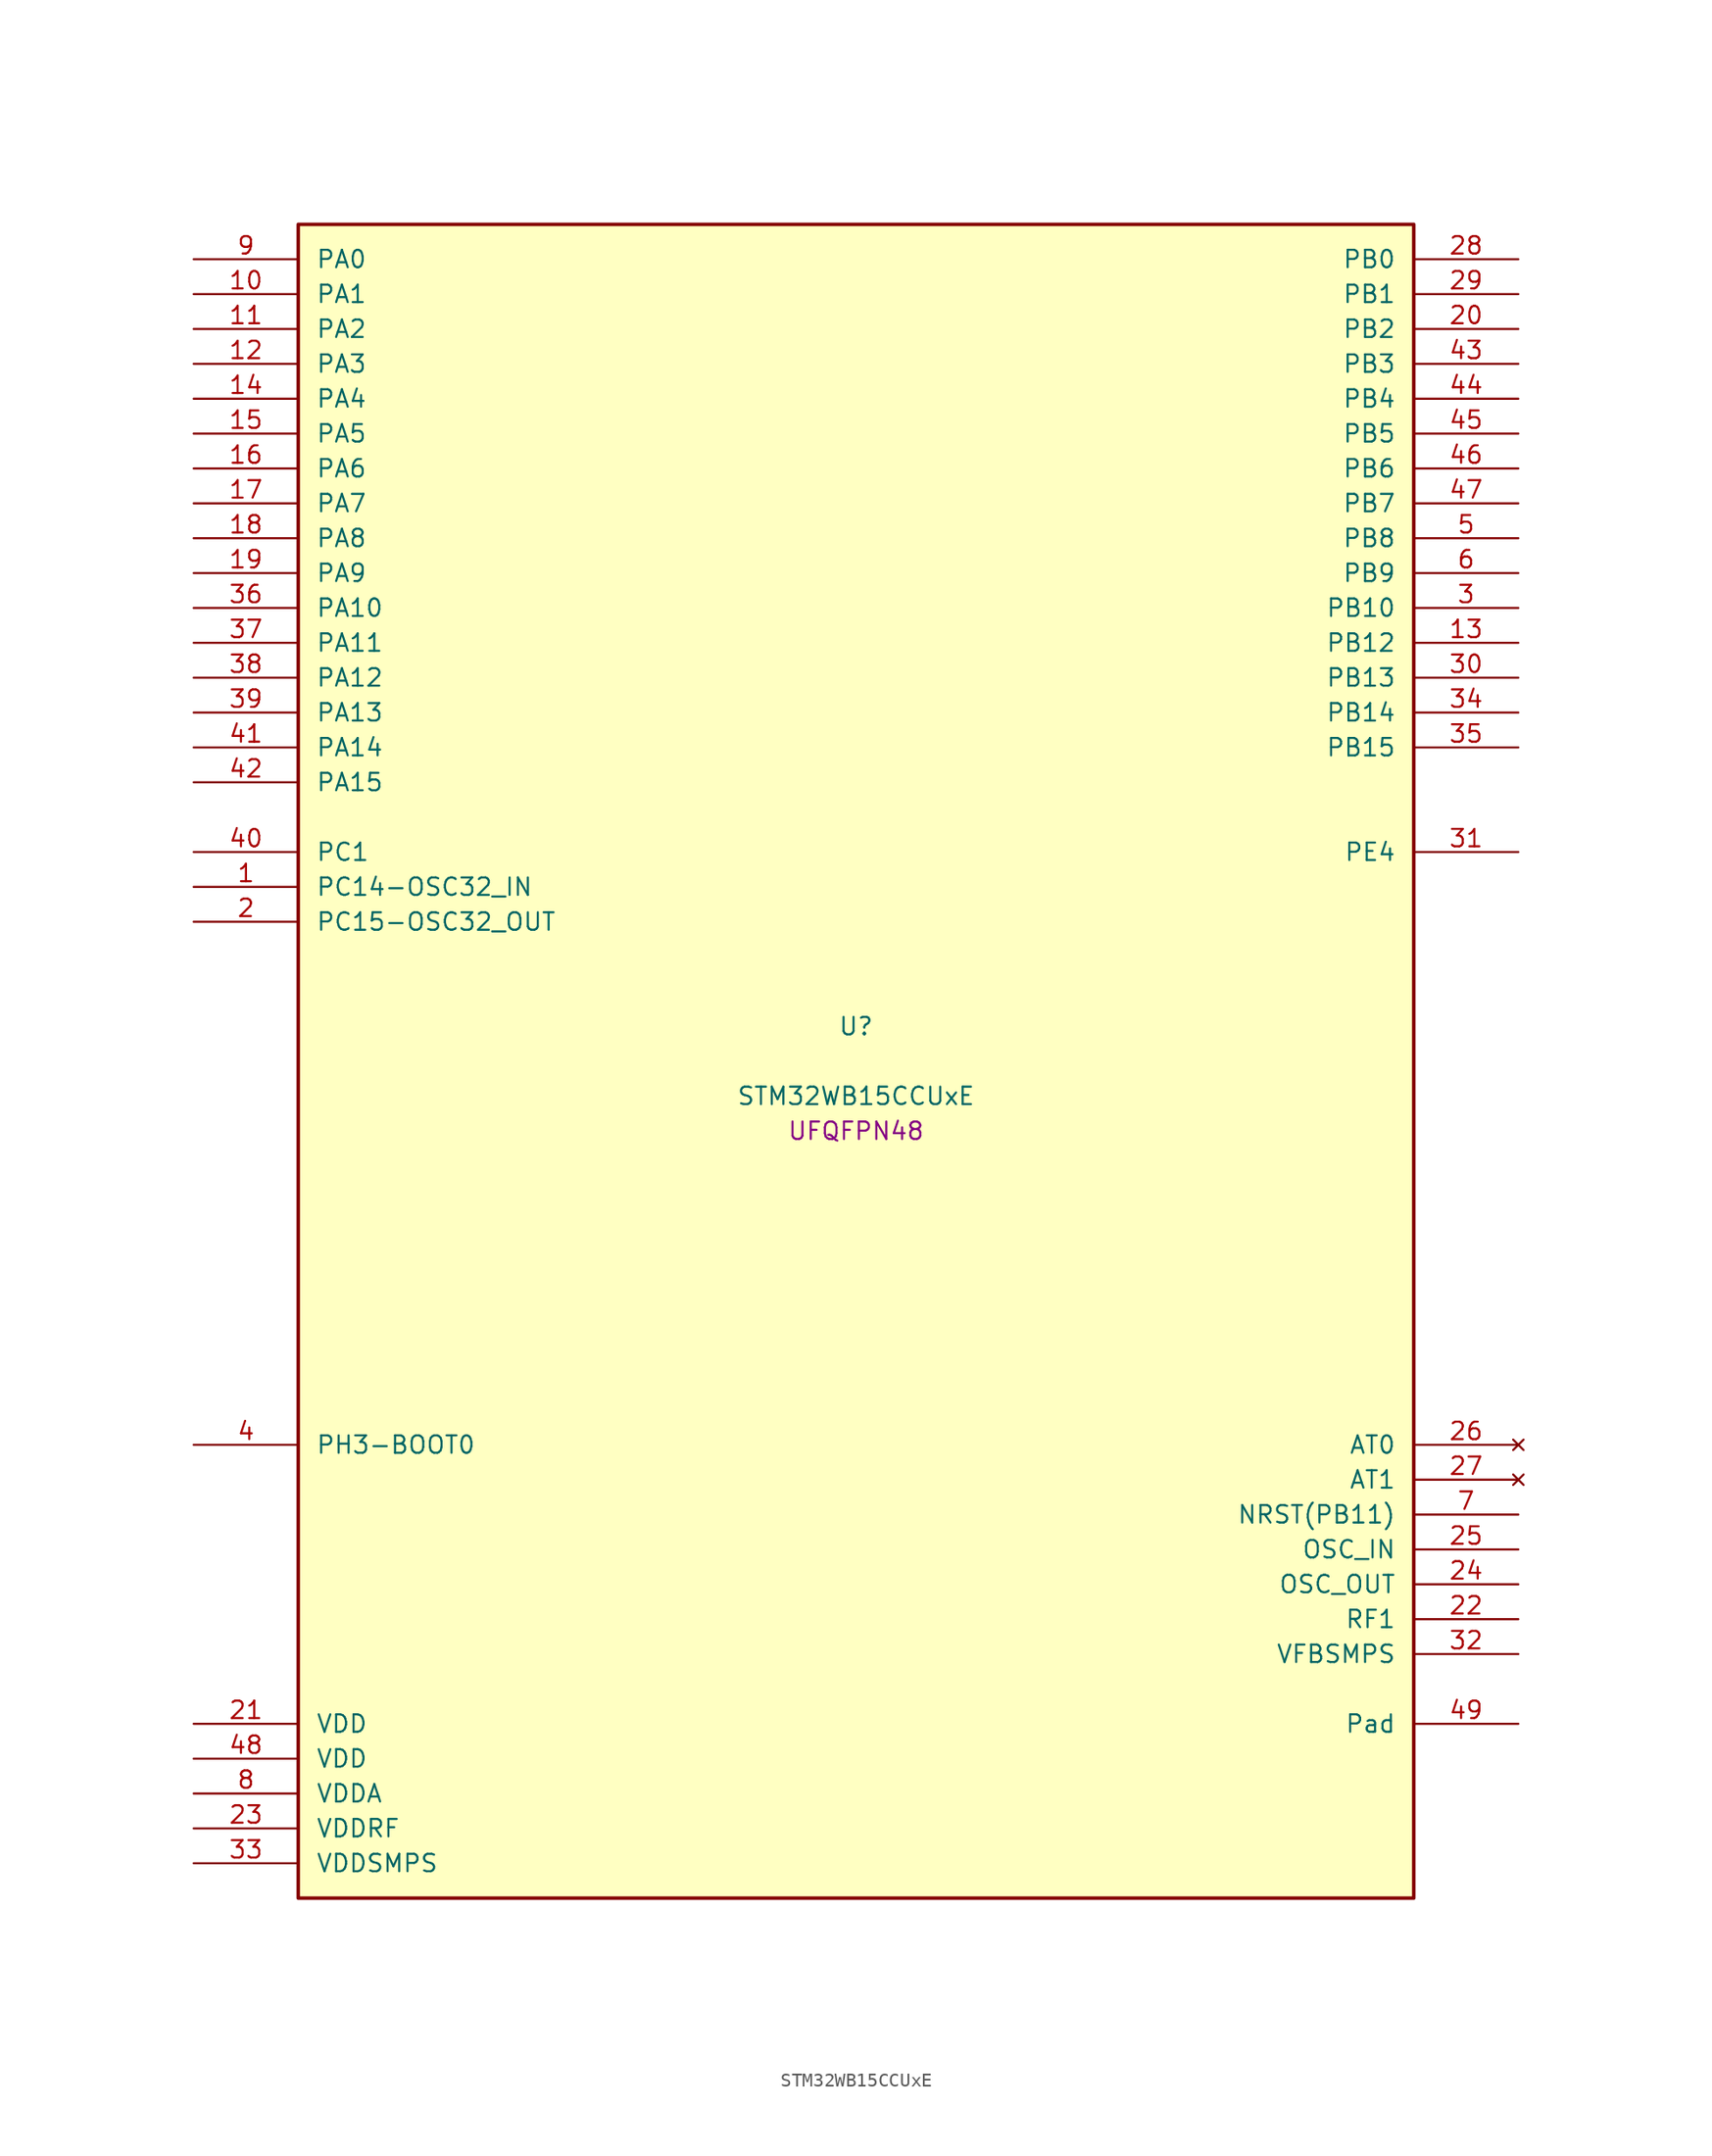
<source format=kicad_sym>
(kicad_symbol_lib
  (version 20241209)
  (generator "stm32_pkl_generator")
  (generator_version "1.0")
  (symbol "STM32WB15CCUxE"
    (pin_names
      (offset 1.27))
    (property "Reference" "U"
      (at 0 2.54 0))
    (property "Value" "STM32WB15CCUxE"
      (at 0 -2.54 0))
    (property "Footprint" "UFQFPN48"
      (at 0 -5.08 0))
    (symbol "STM32WB15CCUxE_1_1"
      (rectangle (start -40.64 60.96) (end 40.64 -60.96) (stroke (width 0.254) (type solid)) (fill (type background)))
      (pin bidirectional line (at -48.26 58.42 0) (length 7.62) (name "PA0") (number "9") (alternate "PA0/ADC1_IN5" bidirectional line) (alternate "PA0/COMP1_INM" bidirectional line) (alternate "PA0/COMP1_OUT" bidirectional line) (alternate "PA0/RTC_TAMP2" bidirectional line) (alternate "PA0/SYS_WKUP1" bidirectional line) (alternate "PA0/TIM2_CH1" bidirectional line) (alternate "PA0/TIM2_ETR" bidirectional line))
      (pin bidirectional line (at -48.26 55.88 0) (length 7.62) (name "PA1") (number "10") (alternate "PA1/ADC1_IN6" bidirectional line) (alternate "PA1/COMP1_INP" bidirectional line) (alternate "PA1/I2C1_SMBA" bidirectional line) (alternate "PA1/SPI1_SCK" bidirectional line) (alternate "PA1/TIM2_CH2" bidirectional line))
      (pin bidirectional line (at -48.26 53.34 0) (length 7.62) (name "PA2") (number "11") (alternate "PA2/ADC1_IN7" bidirectional line) (alternate "PA2/LPUART1_TX" bidirectional line) (alternate "PA2/RCC_LSCO" bidirectional line) (alternate "PA2/SYS_WKUP4" bidirectional line) (alternate "PA2/TIM2_CH3" bidirectional line))
      (pin bidirectional line (at -48.26 50.8 0) (length 7.62) (name "PA3") (number "12") (alternate "PA3/ADC1_IN8" bidirectional line) (alternate "PA3/LPUART1_RX" bidirectional line) (alternate "PA3/TIM2_CH4" bidirectional line))
      (pin bidirectional line (at -48.26 48.26 0) (length 7.62) (name "PA4") (number "14") (alternate "PA4/ADC1_IN9" bidirectional line) (alternate "PA4/COMP1_INM" bidirectional line) (alternate "PA4/LPTIM2_OUT" bidirectional line) (alternate "PA4/SPI1_NSS" bidirectional line))
      (pin bidirectional line (at -48.26 45.72 0) (length 7.62) (name "PA5") (number "15") (alternate "PA5/ADC1_IN10" bidirectional line) (alternate "PA5/COMP1_INM" bidirectional line) (alternate "PA5/LPTIM2_ETR" bidirectional line) (alternate "PA5/SPI1_MOSI" bidirectional line) (alternate "PA5/SPI1_SCK" bidirectional line) (alternate "PA5/TIM2_CH1" bidirectional line) (alternate "PA5/TIM2_ETR" bidirectional line))
      (pin bidirectional line (at -48.26 43.18 0) (length 7.62) (name "PA6") (number "16") (alternate "PA6/ADC1_IN11" bidirectional line) (alternate "PA6/LPUART1_CTS" bidirectional line) (alternate "PA6/SPI1_MISO" bidirectional line) (alternate "PA6/TIM1_BKIN" bidirectional line))
      (pin bidirectional line (at -48.26 40.64 0) (length 7.62) (name "PA7") (number "17") (alternate "PA7/ADC1_IN2" bidirectional line) (alternate "PA7/SPI1_MOSI" bidirectional line) (alternate "PA7/TIM1_CH1N" bidirectional line))
      (pin bidirectional line (at -48.26 38.1 0) (length 7.62) (name "PA8") (number "18") (alternate "PA8/ADC1_IN3" bidirectional line) (alternate "PA8/LPTIM2_OUT" bidirectional line) (alternate "PA8/RCC_MCO" bidirectional line) (alternate "PA8/TIM1_CH1" bidirectional line) (alternate "PA8/USART1_CK" bidirectional line))
      (pin bidirectional line (at -48.26 35.56 0) (length 7.62) (name "PA9") (number "19") (alternate "PA9/ADC1_IN4" bidirectional line) (alternate "PA9/COMP1_INM" bidirectional line) (alternate "PA9/I2C1_SCL" bidirectional line) (alternate "PA9/TIM1_CH2" bidirectional line) (alternate "PA9/USART1_TX" bidirectional line))
      (pin bidirectional line (at -48.26 33.02 0) (length 7.62) (name "PA10") (number "36") (alternate "PA10/I2C1_SDA" bidirectional line) (alternate "PA10/TIM1_CH3" bidirectional line) (alternate "PA10/TSC_G7_IO2" bidirectional line) (alternate "PA10/USART1_RX" bidirectional line))
      (pin bidirectional line (at -48.26 30.48 0) (length 7.62) (name "PA11") (number "37") (alternate "PA11/ADC1_EXTI11" bidirectional line) (alternate "PA11/SPI1_MISO" bidirectional line) (alternate "PA11/TIM1_BKIN2" bidirectional line) (alternate "PA11/TIM1_CH4" bidirectional line) (alternate "PA11/USART1_CTS" bidirectional line) (alternate "PA11/USART1_NSS" bidirectional line))
      (pin bidirectional line (at -48.26 27.94 0) (length 7.62) (name "PA12") (number "38") (alternate "PA12/LPUART1_RX" bidirectional line) (alternate "PA12/SPI1_MOSI" bidirectional line) (alternate "PA12/TIM1_ETR" bidirectional line) (alternate "PA12/USART1_DE" bidirectional line) (alternate "PA12/USART1_RTS" bidirectional line))
      (pin bidirectional line (at -48.26 25.4 0) (length 7.62) (name "PA13") (number "39") (alternate "PA13/SPI1_MOSI" bidirectional line) (alternate "PA13/SYS_JTMS-SWDIO" bidirectional line) (alternate "PA13/TSC_G7_IO1" bidirectional line))
      (pin bidirectional line (at -48.26 22.86 0) (length 7.62) (name "PA14") (number "41") (alternate "PA14/I2C1_SMBA" bidirectional line) (alternate "PA14/LPTIM1_OUT" bidirectional line) (alternate "PA14/SPI1_NSS" bidirectional line) (alternate "PA14/SYS_JTCK-SWCLK" bidirectional line))
      (pin bidirectional line (at -48.26 20.32 0) (length 7.62) (name "PA15") (number "42") (alternate "PA15/RCC_MCO" bidirectional line) (alternate "PA15/SPI1_NSS" bidirectional line) (alternate "PA15/SYS_JTDI" bidirectional line) (alternate "PA15/TIM2_CH1" bidirectional line) (alternate "PA15/TIM2_ETR" bidirectional line) (alternate "PA15/TSC_G3_IO1" bidirectional line))
      (pin bidirectional line (at 48.26 58.42 180) (length 7.62) (name "PB0") (number "28") (alternate "PB0/COMP1_OUT" bidirectional line) (alternate "PB0/RF_TX_MOD_EXT_PA" bidirectional line))
      (pin bidirectional line (at 48.26 55.88 180) (length 7.62) (name "PB1") (number "29") (alternate "PB1/LPTIM2_IN1" bidirectional line) (alternate "PB1/LPUART1_DE" bidirectional line) (alternate "PB1/LPUART1_RTS" bidirectional line))
      (pin bidirectional line (at 48.26 53.34 180) (length 7.62) (name "PB2") (number "20") (alternate "PB2/COMP1_INP" bidirectional line) (alternate "PB2/LPTIM1_OUT" bidirectional line) (alternate "PB2/RTC_OUT" bidirectional line) (alternate "PB2/SPI1_NSS" bidirectional line))
      (pin bidirectional line (at 48.26 50.8 180) (length 7.62) (name "PB3") (number "43") (alternate "PB3/SPI1_SCK" bidirectional line) (alternate "PB3/SYS_JTDO-SWO" bidirectional line) (alternate "PB3/TIM2_CH2" bidirectional line) (alternate "PB3/USART1_DE" bidirectional line) (alternate "PB3/USART1_RTS" bidirectional line))
      (pin bidirectional line (at 48.26 48.26 180) (length 7.62) (name "PB4") (number "44") (alternate "PB4/SPI1_MISO" bidirectional line) (alternate "PB4/SYS_JTRST" bidirectional line) (alternate "PB4/TSC_G2_IO1" bidirectional line) (alternate "PB4/USART1_CTS" bidirectional line) (alternate "PB4/USART1_NSS" bidirectional line))
      (pin bidirectional line (at 48.26 45.72 180) (length 7.62) (name "PB5") (number "45") (alternate "PB5/I2C1_SMBA" bidirectional line) (alternate "PB5/LPTIM1_IN1" bidirectional line) (alternate "PB5/LPUART1_TX" bidirectional line) (alternate "PB5/SPI1_MOSI" bidirectional line) (alternate "PB5/TSC_G2_IO2" bidirectional line) (alternate "PB5/USART1_CK" bidirectional line))
      (pin bidirectional line (at 48.26 43.18 180) (length 7.62) (name "PB6") (number "46") (alternate "PB6/I2C1_SCL" bidirectional line) (alternate "PB6/LPTIM1_ETR" bidirectional line) (alternate "PB6/RCC_MCO" bidirectional line) (alternate "PB6/SPI1_NSS" bidirectional line) (alternate "PB6/TSC_G2_IO3" bidirectional line) (alternate "PB6/USART1_TX" bidirectional line))
      (pin bidirectional line (at 48.26 40.64 180) (length 7.62) (name "PB7") (number "47") (alternate "PB7/I2C1_SDA" bidirectional line) (alternate "PB7/LPTIM1_IN2" bidirectional line) (alternate "PB7/SYS_PVD_IN" bidirectional line) (alternate "PB7/TIM1_BKIN" bidirectional line) (alternate "PB7/TIM1_CH3" bidirectional line) (alternate "PB7/TSC_G2_IO4" bidirectional line) (alternate "PB7/USART1_RX" bidirectional line))
      (pin bidirectional line (at 48.26 38.1 180) (length 7.62) (name "PB8") (number "5") (alternate "PB8/I2C1_SCL" bidirectional line) (alternate "PB8/TIM1_CH2N" bidirectional line) (alternate "PB8/TSC_G7_IO3" bidirectional line))
      (pin bidirectional line (at 48.26 35.56 180) (length 7.62) (name "PB9") (number "6") (alternate "PB9/I2C1_SDA" bidirectional line) (alternate "PB9/TIM1_CH3N" bidirectional line) (alternate "PB9/TSC_G7_IO4" bidirectional line))
      (pin bidirectional line (at 48.26 33.02 180) (length 7.62) (name "PB10") (number "3") (alternate "PB10/TSC_G3_IO2" bidirectional line))
      (pin bidirectional line (at 48.26 30.48 180) (length 7.62) (name "PB12") (number "13") (alternate "PB12/TIM2_CH2" bidirectional line) (alternate "PB12/TSC_G1_IO1" bidirectional line))
      (pin bidirectional line (at 48.26 27.94 180) (length 7.62) (name "PB13") (number "30") (alternate "PB13/TIM2_CH3" bidirectional line) (alternate "PB13/TSC_G1_IO2" bidirectional line))
      (pin bidirectional line (at 48.26 25.4 180) (length 7.62) (name "PB14") (number "34") (alternate "PB14/TIM1_CH1" bidirectional line))
      (pin bidirectional line (at 48.26 22.86 180) (length 7.62) (name "PB15") (number "35") (alternate "PB15/TIM2_CH1" bidirectional line))
      (pin bidirectional line (at -48.26 15.24 0) (length 7.62) (name "PC1") (number "40") (alternate "PC1/TSC_G3_IO3" bidirectional line))
      (pin bidirectional line (at -48.26 12.7 0) (length 7.62) (name "PC14-OSC32_IN") (number "1") (alternate "PC14-OSC32_IN/RCC_OSC32_IN" bidirectional line))
      (pin bidirectional line (at -48.26 10.16 0) (length 7.62) (name "PC15-OSC32_OUT") (number "2") (alternate "PC15-OSC32_OUT/RCC_OSC32_OUT" bidirectional line))
      (pin bidirectional line (at 48.26 15.24 180) (length 7.62) (name "PE4") (number "31"))
      (pin bidirectional line (at -48.26 -27.94 0) (length 7.62) (name "PH3-BOOT0") (number "4") (alternate "PH3-BOOT0/RCC_LSCO" bidirectional line))
      (pin no_connect line (at 48.26 -27.94 180) (length 7.62) (name "AT0") (number "26"))
      (pin no_connect line (at 48.26 -30.48 180) (length 7.62) (name "AT1") (number "27"))
      (pin input line (at 48.26 -33.02 180) (length 7.62) (name "NRST(PB11)") (number "7"))
      (pin bidirectional line (at 48.26 -35.56 180) (length 7.62) (name "OSC_IN") (number "25") (alternate "OSC_IN/RCC_OSC_IN" bidirectional line))
      (pin bidirectional line (at 48.26 -38.1 180) (length 7.62) (name "OSC_OUT") (number "24") (alternate "OSC_OUT/RCC_OSC_OUT" bidirectional line))
      (pin bidirectional line (at 48.26 -40.64 180) (length 7.62) (name "RF1") (number "22") (alternate "RF1/RF_RF1" bidirectional line))
      (pin power_in line (at 48.26 -43.18 180) (length 7.62) (name "VFBSMPS") (number "32"))
      (pin power_in line (at -48.26 -48.26 0) (length 7.62) (name "VDD") (number "21"))
      (pin power_in line (at -48.26 -50.8 0) (length 7.62) (name "VDD") (number "48"))
      (pin power_in line (at -48.26 -53.34 0) (length 7.62) (name "VDDA") (number "8"))
      (pin power_in line (at -48.26 -55.88 0) (length 7.62) (name "VDDRF") (number "23"))
      (pin power_in line (at -48.26 -58.42 0) (length 7.62) (name "VDDSMPS") (number "33"))
      (pin passive line (at 48.26 -48.26 180) (length 7.62) (name "Pad") (number "49")))))
</source>
